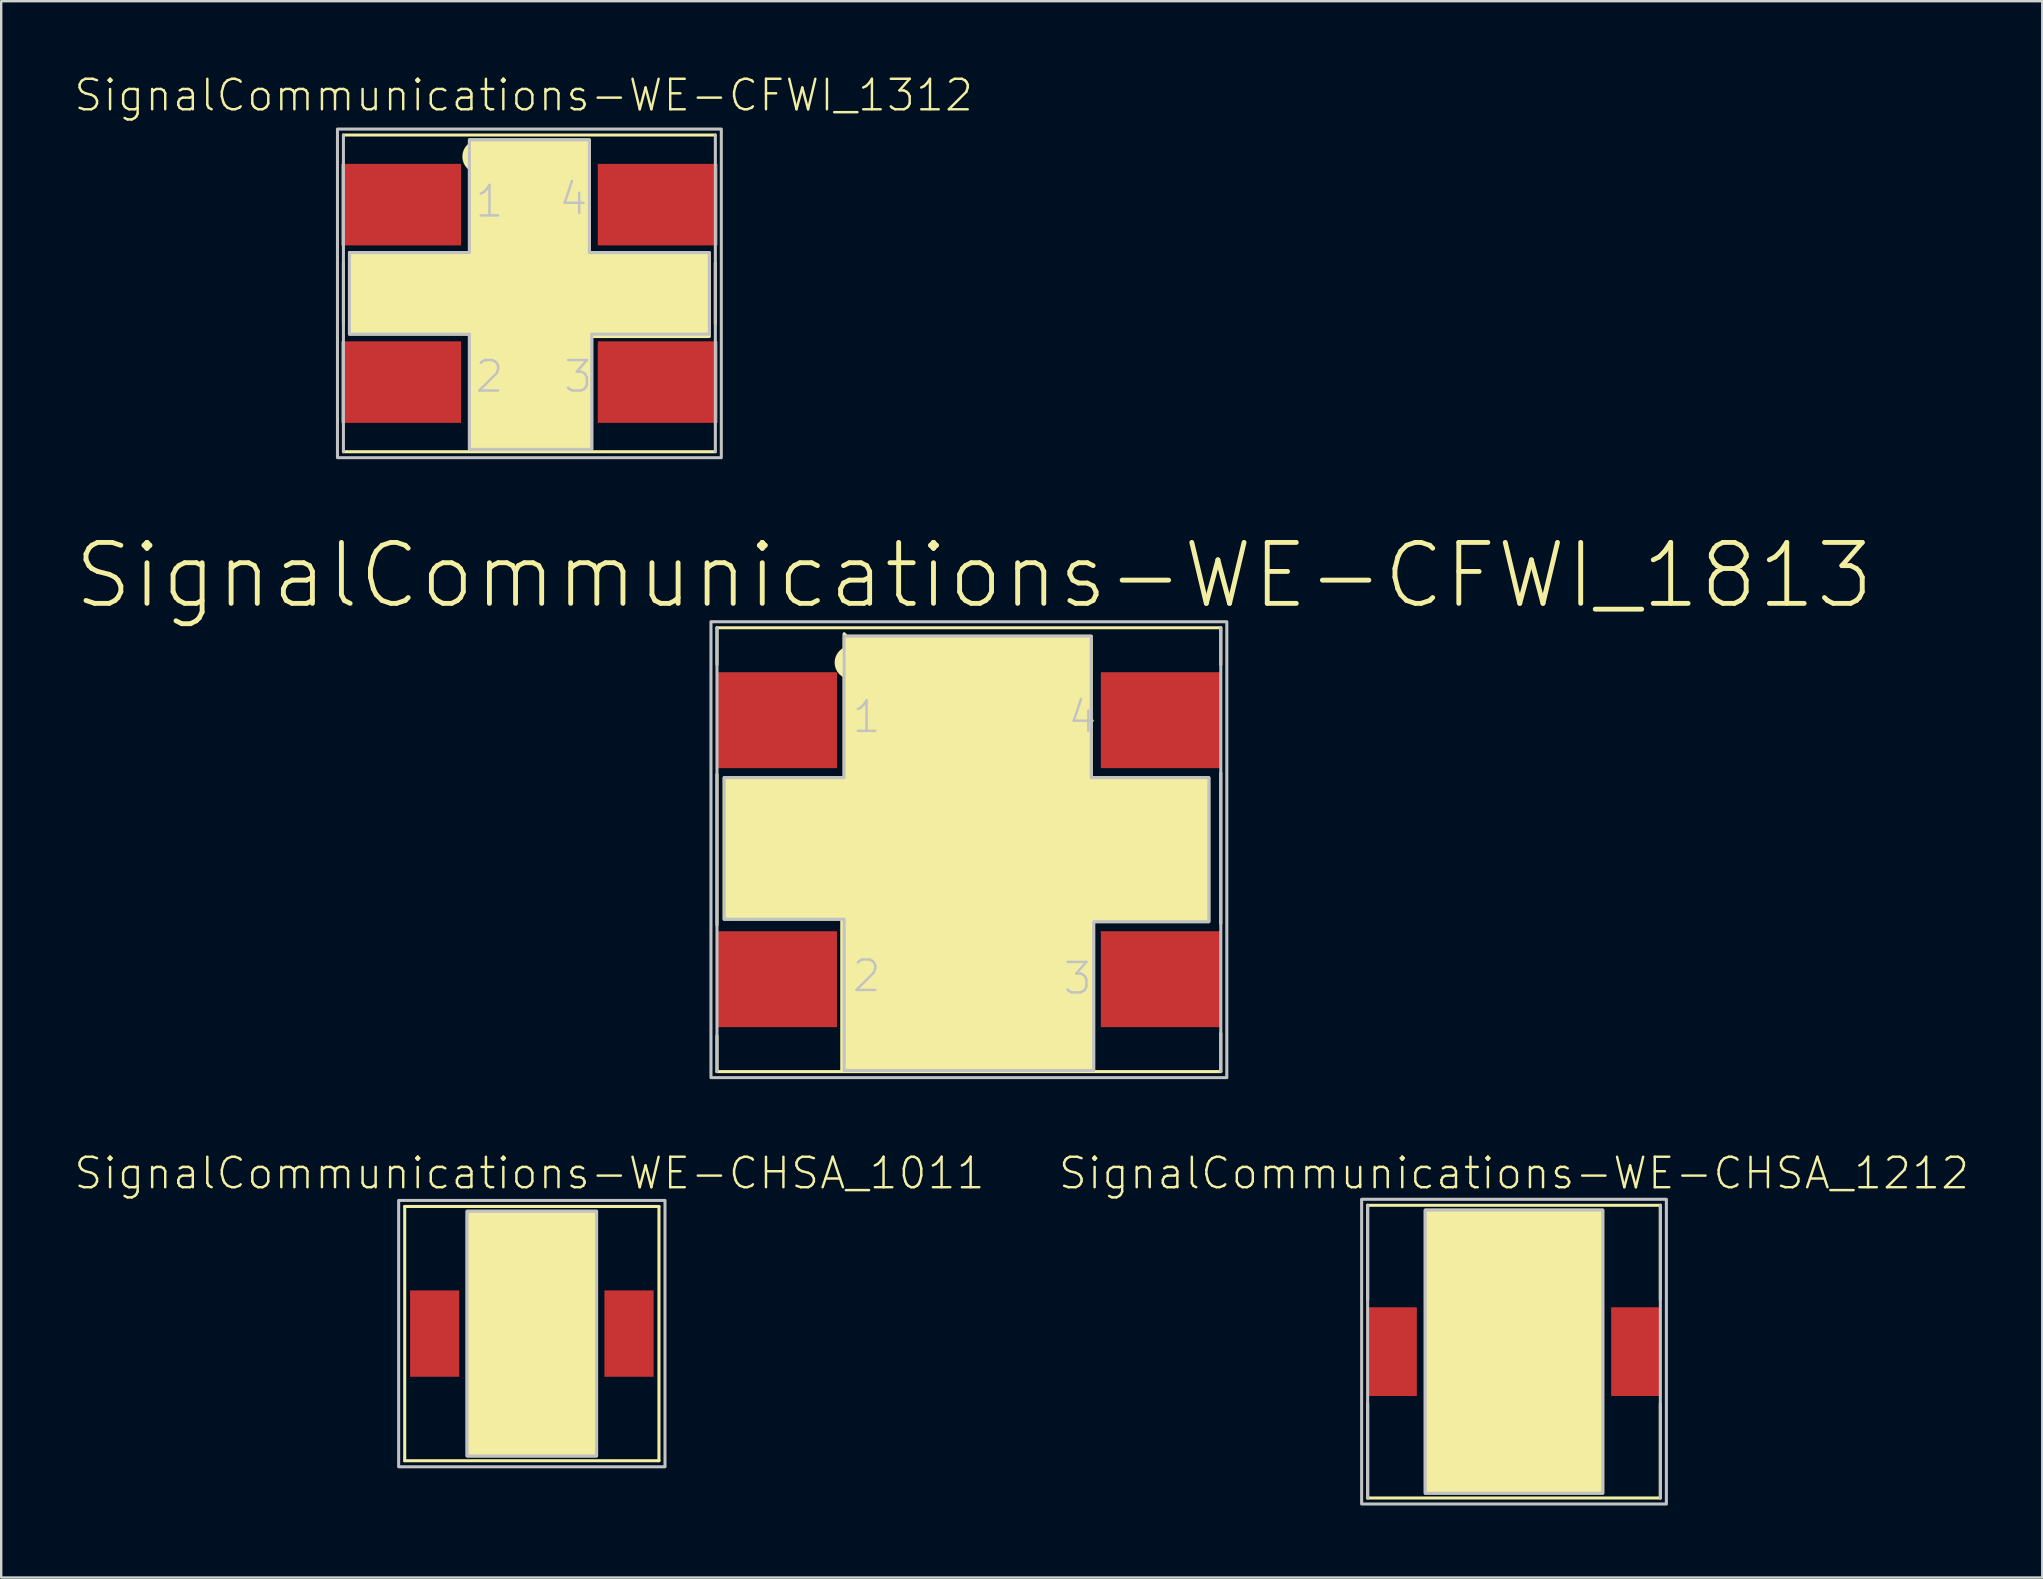
<source format=kicad_pcb>
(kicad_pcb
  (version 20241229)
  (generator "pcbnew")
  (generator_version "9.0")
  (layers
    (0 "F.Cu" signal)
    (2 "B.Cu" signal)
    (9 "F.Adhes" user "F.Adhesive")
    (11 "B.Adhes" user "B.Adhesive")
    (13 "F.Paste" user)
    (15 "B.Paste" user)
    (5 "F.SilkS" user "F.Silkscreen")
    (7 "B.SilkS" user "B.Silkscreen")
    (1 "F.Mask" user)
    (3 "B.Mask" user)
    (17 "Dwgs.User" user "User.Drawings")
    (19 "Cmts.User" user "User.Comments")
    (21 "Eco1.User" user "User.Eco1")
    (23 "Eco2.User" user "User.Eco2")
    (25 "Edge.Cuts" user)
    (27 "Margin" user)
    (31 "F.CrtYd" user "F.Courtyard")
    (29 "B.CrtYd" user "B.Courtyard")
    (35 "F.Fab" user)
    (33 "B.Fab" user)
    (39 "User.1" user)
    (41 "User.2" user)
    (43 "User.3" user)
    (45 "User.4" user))
  (footprint "SignalCommunications-WE-CHSA_1212"
    (layer "F.Cu")
    (at 60.045 53.279)
    (property "Reference" "SignalCommunications-WE-CHSA_1212" (at 0 -7.435 0) (layer "F.SilkS") (effects (font (size 1.27 1.27) (thickness 0.102))))
    (attr smd)
    (fp_line (start -6.099 -6.099) (end 6.099 -6.099) (stroke (width 0.127) (type solid)) (layer "F.SilkS"))
    (fp_line (start -6.099 -2.159) (end -6.099 -6.099) (stroke (width 0.127) (type solid)) (layer "F.SilkS"))
    (fp_line (start -6.099 2.159) (end -6.099 6.099) (stroke (width 0.127) (type solid)) (layer "F.SilkS"))
    (fp_line (start 6.099 -2.159) (end 6.099 -6.099) (stroke (width 0.127) (type solid)) (layer "F.SilkS"))
    (fp_line (start 6.099 2.159) (end 6.099 6.099) (stroke (width 0.127) (type solid)) (layer "F.SilkS"))
    (fp_line (start 6.099 6.099) (end -6.099 6.099) (stroke (width 0.127) (type solid)) (layer "F.SilkS"))
    (fp_poly (pts (xy -3.698 -5.898) (xy 3.698 -5.898) (xy 3.698 5.898) (xy -3.698 5.898) (xy -3.698 -5.898)) (stroke (width 0.127) (type solid)) (fill yes) (layer "F.SilkS"))
    (fp_line (start -6.099 6.099) (end -6.099 -6.099) (stroke (width 0.127) (type solid)) (layer "Dwgs.User"))
    (fp_line (start 6.099 -6.099) (end 6.099 6.099) (stroke (width 0.127) (type solid)) (layer "Dwgs.User"))
    (fp_poly (pts (xy -6.35 -6.35) (xy 6.35 -6.35) (xy 6.35 6.35) (xy -6.35 6.35) (xy -6.35 -6.35)) (stroke (width 0.127) (type solid)) (fill no) (layer "Dwgs.User"))
    (fp_poly (pts (xy -3.698 -5.898) (xy 3.698 -5.898) (xy 3.698 5.898) (xy -3.698 5.898) (xy -3.698 -5.898)) (stroke (width 0.127) (type solid)) (fill no) (layer "Dwgs.User"))
    (pad "1" smd rect (at -5.098 0) (size 2.098 3.698) (layers "F.Cu" "F.Mask" "F.Paste"))
    (pad "2" smd rect (at 5.098 0) (size 2.098 3.698) (layers "F.Cu" "F.Mask" "F.Paste")))
  (footprint "SignalCommunications-WE-CFWI_1813"
    (layer "F.Cu")
    (at 37.328 32.36)
    (property "Reference" "SignalCommunications-WE-CFWI_1813" (at 0.218 -11.43 0) (layer "F.SilkS") (effects (font (size 2.54 2.54) (thickness 0.203))))
    (attr smd)
    (fp_line (start -10.498 -9.248) (end 10.498 -9.248) (stroke (width 0.127) (type solid)) (layer "F.SilkS"))
    (fp_line (start -10.498 -7.709) (end -10.498 -9.248) (stroke (width 0.127) (type solid)) (layer "F.SilkS"))
    (fp_line (start -10.498 -3.139) (end -10.498 3.139) (stroke (width 0.127) (type solid)) (layer "F.SilkS"))
    (fp_line (start -10.498 7.76) (end -10.498 9.248) (stroke (width 0.127) (type solid)) (layer "F.SilkS"))
    (fp_line (start 10.498 -7.709) (end 10.498 -9.248) (stroke (width 0.127) (type solid)) (layer "F.SilkS"))
    (fp_line (start 10.498 -3.198) (end 10.498 3.078) (stroke (width 0.127) (type solid)) (layer "F.SilkS"))
    (fp_line (start 10.498 7.648) (end 10.498 9.248) (stroke (width 0.127) (type solid)) (layer "F.SilkS"))
    (fp_line (start 10.498 9.248) (end -10.498 9.248) (stroke (width 0.127) (type solid)) (layer "F.SilkS"))
    (fp_circle (center -4.9 -7.798) (end -4.9 -7.996) (stroke (width 0.498) (type solid)) (fill no) (layer "F.SilkS"))
    (fp_poly (pts (xy -5.098 -8.898) (xy 5.098 -8.898) (xy 5.098 -3) (xy 10 -3) (xy 10 3) (xy 5.199 3) (xy 5.199 9.2) (xy -5.298 9.2) (xy -5.298 2.898) (xy -10.198 2.898) (xy -10.198 -3) (xy -5.199 -3) (xy -5.199 -8.999) (xy -5.098 -8.898)) (stroke (width 0.127) (type solid)) (fill yes) (layer "F.SilkS"))
    (fp_line (start -10.498 9.248) (end -10.498 -9.248) (stroke (width 0.127) (type solid)) (layer "Dwgs.User"))
    (fp_line (start 10.498 -9.248) (end 10.498 9.248) (stroke (width 0.127) (type solid)) (layer "Dwgs.User"))
    (fp_poly (pts (xy -10.749 -9.5) (xy 10.749 -9.5) (xy 10.749 9.5) (xy -10.749 9.5) (xy -10.749 -9.5)) (stroke (width 0.127) (type solid)) (fill no) (layer "Dwgs.User"))
    (fp_poly (pts (xy -5.199 -8.898) (xy 5.098 -8.898) (xy 5.098 -3) (xy 10 -3) (xy 10 3) (xy 5.199 3) (xy 5.199 9.2) (xy -5.199 9.2) (xy -5.199 2.898) (xy -10.198 2.898) (xy -10.198 -3) (xy -5.199 -3) (xy -5.199 -8.898)) (stroke (width 0.127) (type solid)) (fill no) (layer "Dwgs.User"))
    (fp_text user "2" (at -4.265 5.263 0) (layer "Dwgs.User") (effects (font (size 1.27 1.27) (thickness 0.102))))
    (fp_text user "3" (at 4.534 5.364 0) (layer "Dwgs.User") (effects (font (size 1.27 1.27) (thickness 0.102))))
    (fp_text user "4" (at 4.735 -5.535 0) (layer "Dwgs.User") (effects (font (size 1.27 1.27) (thickness 0.102))))
    (fp_text user "1" (at -4.265 -5.535 0) (layer "Dwgs.User") (effects (font (size 1.27 1.27) (thickness 0.102))))
    (pad "1" smd rect (at -7.998 -5.397) (size 4.999 3.998) (layers "F.Cu" "F.Mask" "F.Paste"))
    (pad "2" smd rect (at -7.998 5.397) (size 4.999 3.998) (layers "F.Cu" "F.Mask" "F.Paste"))
    (pad "3" smd rect (at 7.998 5.397) (size 4.999 3.998) (layers "F.Cu" "F.Mask" "F.Paste"))
    (pad "4" smd rect (at 7.998 -5.397) (size 4.999 3.998) (layers "F.Cu" "F.Mask" "F.Paste")))
  (footprint "SignalCommunications-WE-CFWI_1312"
    (layer "F.Cu")
    (at 19.012 9.176)
    (property "Reference" "SignalCommunications-WE-CFWI_1312" (at -0.239 -8.255 0) (layer "F.SilkS") (effects (font (size 1.27 1.27) (thickness 0.102))))
    (attr smd)
    (fp_line (start -7.75 -1.27) (end -7.75 1.27) (stroke (width 0.127) (type solid)) (layer "F.SilkS"))
    (fp_line (start -7.75 6.599) (end 7.75 6.599) (stroke (width 0.127) (type solid)) (layer "F.SilkS"))
    (fp_line (start 7.75 -6.599) (end -7.75 -6.599) (stroke (width 0.127) (type solid)) (layer "F.SilkS"))
    (fp_line (start 7.75 -1.27) (end 7.75 1.27) (stroke (width 0.127) (type solid)) (layer "F.SilkS"))
    (fp_circle (center -2.098 -5.7) (end -2.098 -5.898) (stroke (width 0.498) (type solid)) (fill no) (layer "F.SilkS"))
    (fp_poly (pts (xy -2.499 -6.398) (xy 2.499 -6.398) (xy 2.499 -1.699) (xy 7.498 -1.699) (xy 7.498 1.798) (xy 2.598 1.798) (xy 2.598 6.5) (xy -2.499 6.5) (xy -2.499 1.699) (xy -7.498 1.699) (xy -7.498 -1.699) (xy -2.499 -1.699) (xy -2.499 -6.398)) (stroke (width 0.127) (type solid)) (fill yes) (layer "F.SilkS"))
    (fp_line (start -7.75 -6.599) (end -7.75 6.599) (stroke (width 0.127) (type solid)) (layer "Dwgs.User"))
    (fp_line (start 7.75 6.599) (end 7.75 -6.599) (stroke (width 0.127) (type solid)) (layer "Dwgs.User"))
    (fp_poly (pts (xy -7.998 -6.848) (xy 7.998 -6.848) (xy 7.998 6.848) (xy -7.998 6.848) (xy -7.998 -6.848)) (stroke (width 0.127) (type solid)) (fill no) (layer "Dwgs.User"))
    (fp_poly (pts (xy -2.499 -6.398) (xy 2.499 -6.398) (xy 2.499 -1.699) (xy 7.498 -1.699) (xy 7.498 1.699) (xy 2.598 1.699) (xy 2.598 6.5) (xy -2.499 6.5) (xy -2.499 1.699) (xy -7.498 1.699) (xy -7.498 -1.699) (xy -2.499 -1.699) (xy -2.499 -6.398)) (stroke (width 0.127) (type solid)) (fill no) (layer "Dwgs.User"))
    (fp_text user "2" (at -1.664 3.465 0) (layer "Dwgs.User") (effects (font (size 1.27 1.27) (thickness 0.102))))
    (fp_text user "3" (at 2.035 3.465 0) (layer "Dwgs.User") (effects (font (size 1.27 1.27) (thickness 0.102))))
    (fp_text user "1" (at -1.664 -3.833 0) (layer "Dwgs.User") (effects (font (size 1.27 1.27) (thickness 0.102))))
    (fp_text user "4" (at 1.834 -3.934 0) (layer "Dwgs.User") (effects (font (size 1.27 1.27) (thickness 0.102))))
    (pad "1" smd rect (at -5.349 -3.698) (size 4.999 3.399) (layers "F.Cu" "F.Mask" "F.Paste"))
    (pad "2" smd rect (at -5.349 3.698) (size 4.999 3.399) (layers "F.Cu" "F.Mask" "F.Paste"))
    (pad "3" smd rect (at 5.349 3.698) (size 4.999 3.399) (layers "F.Cu" "F.Mask" "F.Paste"))
    (pad "4" smd rect (at 5.349 -3.698) (size 4.999 3.399) (layers "F.Cu" "F.Mask" "F.Paste")))
  (footprint "SignalCommunications-WE-CHSA_1011"
    (layer "F.Cu")
    (at 19.114 52.527)
    (property "Reference" "SignalCommunications-WE-CHSA_1011" (at -0.099 -6.683 0) (layer "F.SilkS") (effects (font (size 1.27 1.27) (thickness 0.102))))
    (attr smd)
    (fp_line (start -5.298 -5.298) (end 5.298 -5.298) (stroke (width 0.127) (type solid)) (layer "F.SilkS"))
    (fp_line (start -5.298 5.298) (end -5.298 -5.298) (stroke (width 0.127) (type solid)) (layer "F.SilkS"))
    (fp_line (start 5.298 -5.298) (end 5.298 5.298) (stroke (width 0.127) (type solid)) (layer "F.SilkS"))
    (fp_line (start 5.298 5.298) (end -5.298 5.298) (stroke (width 0.127) (type solid)) (layer "F.SilkS"))
    (fp_poly (pts (xy -2.697 -5.098) (xy 2.697 -5.098) (xy 2.697 5.098) (xy -2.697 5.098) (xy -2.697 -5.098)) (stroke (width 0.127) (type solid)) (fill yes) (layer "F.SilkS"))
    (fp_poly (pts (xy -5.55 -5.55) (xy 5.55 -5.55) (xy 5.55 5.55) (xy -5.55 5.55) (xy -5.55 -5.55)) (stroke (width 0.127) (type solid)) (fill no) (layer "Dwgs.User"))
    (fp_poly (pts (xy -2.697 -5.098) (xy 2.697 -5.098) (xy 2.697 5.098) (xy -2.697 5.098) (xy -2.697 -5.098)) (stroke (width 0.127) (type solid)) (fill no) (layer "Dwgs.User"))
    (pad "1" smd rect (at -4.049 0) (size 2.05 3.599) (layers "F.Cu" "F.Mask" "F.Paste"))
    (pad "2" smd rect (at 4.049 0) (size 2.05 3.599) (layers "F.Cu" "F.Mask" "F.Paste")))
  (gr_rect
    (start -3 -3)
    (end 82.06 62.693)
    (stroke (width 0.1) (type default))
    (fill no)
    (layer "Edge.Cuts")))
</source>
